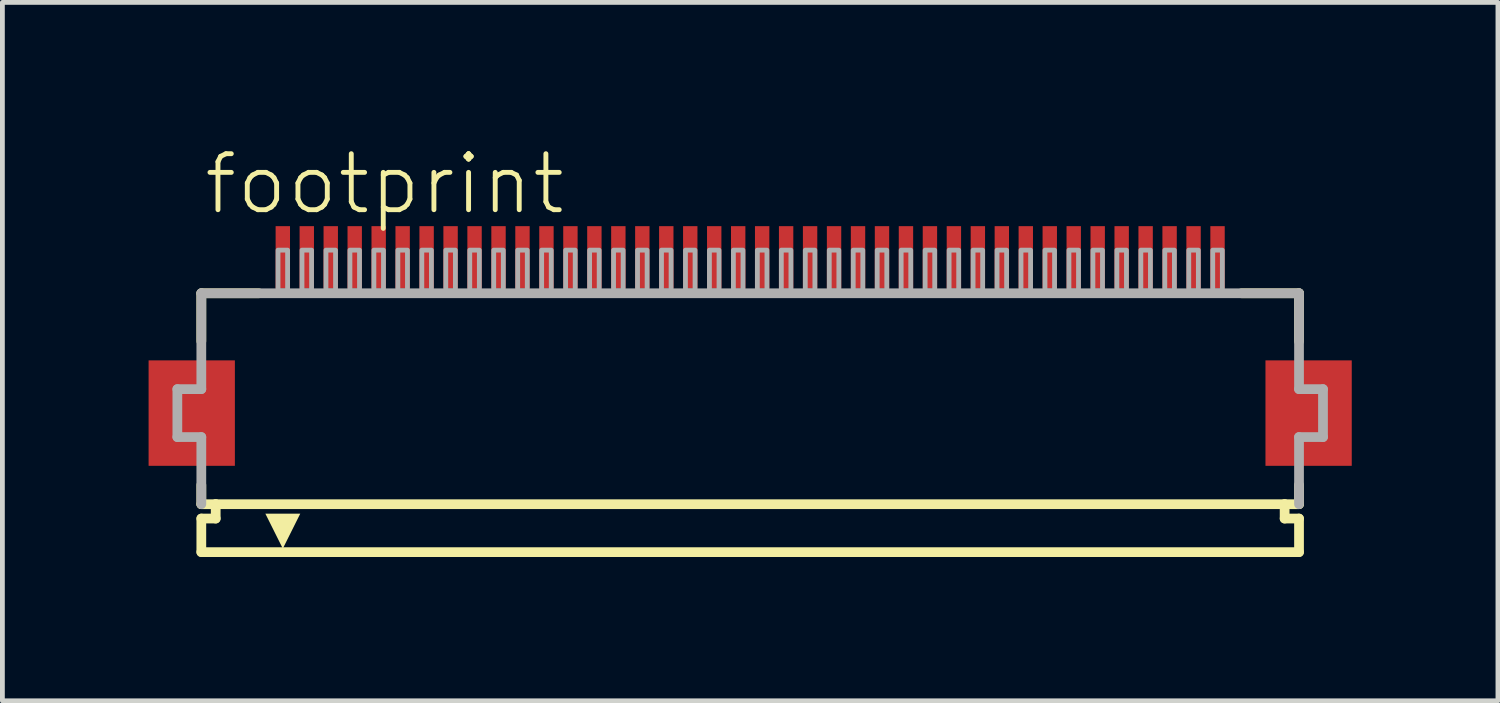
<source format=kicad_pcb>
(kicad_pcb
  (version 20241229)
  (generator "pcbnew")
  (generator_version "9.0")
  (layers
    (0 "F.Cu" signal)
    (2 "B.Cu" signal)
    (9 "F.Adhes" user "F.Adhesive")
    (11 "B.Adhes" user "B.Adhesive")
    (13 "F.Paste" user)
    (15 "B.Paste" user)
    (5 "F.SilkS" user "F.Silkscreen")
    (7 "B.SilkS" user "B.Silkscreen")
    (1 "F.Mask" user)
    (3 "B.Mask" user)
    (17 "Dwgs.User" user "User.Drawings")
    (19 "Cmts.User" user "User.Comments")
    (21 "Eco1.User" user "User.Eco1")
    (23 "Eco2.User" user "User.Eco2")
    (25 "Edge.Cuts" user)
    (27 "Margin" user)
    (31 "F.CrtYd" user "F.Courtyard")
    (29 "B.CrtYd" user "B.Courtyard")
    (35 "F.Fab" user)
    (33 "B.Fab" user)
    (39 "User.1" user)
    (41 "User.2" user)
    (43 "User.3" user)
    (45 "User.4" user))
  (footprint "footprint"
    (layer "F.Cu")
    (at 12.6 5.568)
    (property "Reference" "footprint" (at -11.448 -4.095 0) (layer "F.SilkS") (effects (font (size 1.168 1.168) (thickness 0.102)) (justify left bottom)))
    (fp_poly (pts (xy -10.75 -1.1) (xy -12.55 -1.1) (xy -12.55 1.1) (xy -10.75 1.1)) (stroke (width 0) (type solid)) (fill yes) (layer "F.Cu"))
    (fp_poly (pts (xy 12.55 -1.1) (xy 10.75 -1.1) (xy 10.75 1.1) (xy 12.55 1.1)) (stroke (width 0) (type solid)) (fill yes) (layer "F.Cu"))
    (fp_poly (pts (xy -10.7 -1.175) (xy -12.6 -1.175) (xy -12.6 1.175) (xy -10.7 1.175)) (stroke (width 0) (type solid)) (fill yes) (layer "F.Mask"))
    (fp_poly (pts (xy -9.95 -2.55) (xy -9.55 -2.55) (xy -9.55 -3.95) (xy -9.95 -3.95)) (stroke (width 0) (type solid)) (fill yes) (layer "F.Mask"))
    (fp_poly (pts (xy -9.45 -2.55) (xy -9.05 -2.55) (xy -9.05 -3.95) (xy -9.45 -3.95)) (stroke (width 0) (type solid)) (fill yes) (layer "F.Mask"))
    (fp_poly (pts (xy -8.95 -2.55) (xy -8.55 -2.55) (xy -8.55 -3.95) (xy -8.95 -3.95)) (stroke (width 0) (type solid)) (fill yes) (layer "F.Mask"))
    (fp_poly (pts (xy -8.45 -2.55) (xy -8.05 -2.55) (xy -8.05 -3.95) (xy -8.45 -3.95)) (stroke (width 0) (type solid)) (fill yes) (layer "F.Mask"))
    (fp_poly (pts (xy -7.95 -2.55) (xy -7.55 -2.55) (xy -7.55 -3.95) (xy -7.95 -3.95)) (stroke (width 0) (type solid)) (fill yes) (layer "F.Mask"))
    (fp_poly (pts (xy -7.45 -2.55) (xy -7.05 -2.55) (xy -7.05 -3.95) (xy -7.45 -3.95)) (stroke (width 0) (type solid)) (fill yes) (layer "F.Mask"))
    (fp_poly (pts (xy -6.95 -2.55) (xy -6.55 -2.55) (xy -6.55 -3.95) (xy -6.95 -3.95)) (stroke (width 0) (type solid)) (fill yes) (layer "F.Mask"))
    (fp_poly (pts (xy -6.45 -2.55) (xy -6.05 -2.55) (xy -6.05 -3.95) (xy -6.45 -3.95)) (stroke (width 0) (type solid)) (fill yes) (layer "F.Mask"))
    (fp_poly (pts (xy -5.95 -2.55) (xy -5.55 -2.55) (xy -5.55 -3.95) (xy -5.95 -3.95)) (stroke (width 0) (type solid)) (fill yes) (layer "F.Mask"))
    (fp_poly (pts (xy -5.45 -2.55) (xy -5.05 -2.55) (xy -5.05 -3.95) (xy -5.45 -3.95)) (stroke (width 0) (type solid)) (fill yes) (layer "F.Mask"))
    (fp_poly (pts (xy -4.95 -2.55) (xy -4.55 -2.55) (xy -4.55 -3.95) (xy -4.95 -3.95)) (stroke (width 0) (type solid)) (fill yes) (layer "F.Mask"))
    (fp_poly (pts (xy -4.45 -2.55) (xy -4.05 -2.55) (xy -4.05 -3.95) (xy -4.45 -3.95)) (stroke (width 0) (type solid)) (fill yes) (layer "F.Mask"))
    (fp_poly (pts (xy -3.95 -2.55) (xy -3.55 -2.55) (xy -3.55 -3.95) (xy -3.95 -3.95)) (stroke (width 0) (type solid)) (fill yes) (layer "F.Mask"))
    (fp_poly (pts (xy -3.45 -2.55) (xy -3.05 -2.55) (xy -3.05 -3.95) (xy -3.45 -3.95)) (stroke (width 0) (type solid)) (fill yes) (layer "F.Mask"))
    (fp_poly (pts (xy -2.95 -2.55) (xy -2.55 -2.55) (xy -2.55 -3.95) (xy -2.95 -3.95)) (stroke (width 0) (type solid)) (fill yes) (layer "F.Mask"))
    (fp_poly (pts (xy -2.45 -2.55) (xy -2.05 -2.55) (xy -2.05 -3.95) (xy -2.45 -3.95)) (stroke (width 0) (type solid)) (fill yes) (layer "F.Mask"))
    (fp_poly (pts (xy -1.95 -2.55) (xy -1.55 -2.55) (xy -1.55 -3.95) (xy -1.95 -3.95)) (stroke (width 0) (type solid)) (fill yes) (layer "F.Mask"))
    (fp_poly (pts (xy -1.45 -2.55) (xy -1.05 -2.55) (xy -1.05 -3.95) (xy -1.45 -3.95)) (stroke (width 0) (type solid)) (fill yes) (layer "F.Mask"))
    (fp_poly (pts (xy -0.95 -2.55) (xy -0.55 -2.55) (xy -0.55 -3.95) (xy -0.95 -3.95)) (stroke (width 0) (type solid)) (fill yes) (layer "F.Mask"))
    (fp_poly (pts (xy -0.45 -2.55) (xy -0.05 -2.55) (xy -0.05 -3.95) (xy -0.45 -3.95)) (stroke (width 0) (type solid)) (fill yes) (layer "F.Mask"))
    (fp_poly (pts (xy 0.05 -2.55) (xy 0.45 -2.55) (xy 0.45 -3.95) (xy 0.05 -3.95)) (stroke (width 0) (type solid)) (fill yes) (layer "F.Mask"))
    (fp_poly (pts (xy 0.55 -2.55) (xy 0.95 -2.55) (xy 0.95 -3.95) (xy 0.55 -3.95)) (stroke (width 0) (type solid)) (fill yes) (layer "F.Mask"))
    (fp_poly (pts (xy 1.05 -2.55) (xy 1.45 -2.55) (xy 1.45 -3.95) (xy 1.05 -3.95)) (stroke (width 0) (type solid)) (fill yes) (layer "F.Mask"))
    (fp_poly (pts (xy 1.55 -2.55) (xy 1.95 -2.55) (xy 1.95 -3.95) (xy 1.55 -3.95)) (stroke (width 0) (type solid)) (fill yes) (layer "F.Mask"))
    (fp_poly (pts (xy 2.05 -2.55) (xy 2.45 -2.55) (xy 2.45 -3.95) (xy 2.05 -3.95)) (stroke (width 0) (type solid)) (fill yes) (layer "F.Mask"))
    (fp_poly (pts (xy 2.55 -2.55) (xy 2.95 -2.55) (xy 2.95 -3.95) (xy 2.55 -3.95)) (stroke (width 0) (type solid)) (fill yes) (layer "F.Mask"))
    (fp_poly (pts (xy 3.05 -2.55) (xy 3.45 -2.55) (xy 3.45 -3.95) (xy 3.05 -3.95)) (stroke (width 0) (type solid)) (fill yes) (layer "F.Mask"))
    (fp_poly (pts (xy 3.55 -2.55) (xy 3.95 -2.55) (xy 3.95 -3.95) (xy 3.55 -3.95)) (stroke (width 0) (type solid)) (fill yes) (layer "F.Mask"))
    (fp_poly (pts (xy 4.05 -2.55) (xy 4.45 -2.55) (xy 4.45 -3.95) (xy 4.05 -3.95)) (stroke (width 0) (type solid)) (fill yes) (layer "F.Mask"))
    (fp_poly (pts (xy 4.55 -2.55) (xy 4.95 -2.55) (xy 4.95 -3.95) (xy 4.55 -3.95)) (stroke (width 0) (type solid)) (fill yes) (layer "F.Mask"))
    (fp_poly (pts (xy 5.05 -2.55) (xy 5.45 -2.55) (xy 5.45 -3.95) (xy 5.05 -3.95)) (stroke (width 0) (type solid)) (fill yes) (layer "F.Mask"))
    (fp_poly (pts (xy 5.55 -2.55) (xy 5.95 -2.55) (xy 5.95 -3.95) (xy 5.55 -3.95)) (stroke (width 0) (type solid)) (fill yes) (layer "F.Mask"))
    (fp_poly (pts (xy 6.05 -2.55) (xy 6.45 -2.55) (xy 6.45 -3.95) (xy 6.05 -3.95)) (stroke (width 0) (type solid)) (fill yes) (layer "F.Mask"))
    (fp_poly (pts (xy 6.55 -2.55) (xy 6.95 -2.55) (xy 6.95 -3.95) (xy 6.55 -3.95)) (stroke (width 0) (type solid)) (fill yes) (layer "F.Mask"))
    (fp_poly (pts (xy 7.05 -2.55) (xy 7.45 -2.55) (xy 7.45 -3.95) (xy 7.05 -3.95)) (stroke (width 0) (type solid)) (fill yes) (layer "F.Mask"))
    (fp_poly (pts (xy 7.55 -2.55) (xy 7.95 -2.55) (xy 7.95 -3.95) (xy 7.55 -3.95)) (stroke (width 0) (type solid)) (fill yes) (layer "F.Mask"))
    (fp_poly (pts (xy 8.05 -2.55) (xy 8.45 -2.55) (xy 8.45 -3.95) (xy 8.05 -3.95)) (stroke (width 0) (type solid)) (fill yes) (layer "F.Mask"))
    (fp_poly (pts (xy 8.55 -2.55) (xy 8.95 -2.55) (xy 8.95 -3.95) (xy 8.55 -3.95)) (stroke (width 0) (type solid)) (fill yes) (layer "F.Mask"))
    (fp_poly (pts (xy 9.05 -2.55) (xy 9.45 -2.55) (xy 9.45 -3.95) (xy 9.05 -3.95)) (stroke (width 0) (type solid)) (fill yes) (layer "F.Mask"))
    (fp_poly (pts (xy 9.55 -2.55) (xy 9.95 -2.55) (xy 9.95 -3.95) (xy 9.55 -3.95)) (stroke (width 0) (type solid)) (fill yes) (layer "F.Mask"))
    (fp_poly (pts (xy 12.6 -1.175) (xy 10.7 -1.175) (xy 10.7 1.175) (xy 12.6 1.175)) (stroke (width 0) (type solid)) (fill yes) (layer "F.Mask"))
    (fp_line (start -11.45 -2.5) (end -11.45 -1.5) (stroke (width 0.203) (type solid)) (layer "F.SilkS"))
    (fp_line (start -11.45 1.5) (end -11.45 1.9) (stroke (width 0.203) (type solid)) (layer "F.SilkS"))
    (fp_line (start -11.45 1.9) (end -11.15 1.9) (stroke (width 0.203) (type solid)) (layer "F.SilkS"))
    (fp_line (start -11.45 2.2) (end -11.45 2.9) (stroke (width 0.203) (type solid)) (layer "F.SilkS"))
    (fp_line (start -11.15 1.9) (end -11.15 2.2) (stroke (width 0.203) (type solid)) (layer "F.SilkS"))
    (fp_line (start -11.15 2.2) (end -11.45 2.2) (stroke (width 0.203) (type solid)) (layer "F.SilkS"))
    (fp_line (start -10.25 -2.5) (end -11.45 -2.5) (stroke (width 0.203) (type solid)) (layer "F.SilkS"))
    (fp_line (start 11.15 1.9) (end -11.15 1.9) (stroke (width 0.203) (type solid)) (layer "F.SilkS"))
    (fp_line (start 11.15 1.9) (end 11.45 1.9) (stroke (width 0.203) (type solid)) (layer "F.SilkS"))
    (fp_line (start 11.15 2.2) (end 11.15 1.9) (stroke (width 0.203) (type solid)) (layer "F.SilkS"))
    (fp_line (start 11.45 -2.5) (end 10.25 -2.5) (stroke (width 0.203) (type solid)) (layer "F.SilkS"))
    (fp_line (start 11.45 -1.5) (end 11.45 -2.5) (stroke (width 0.203) (type solid)) (layer "F.SilkS"))
    (fp_line (start 11.45 1.9) (end 11.45 1.5) (stroke (width 0.203) (type solid)) (layer "F.SilkS"))
    (fp_line (start 11.45 2.2) (end 11.15 2.2) (stroke (width 0.203) (type solid)) (layer "F.SilkS"))
    (fp_line (start 11.45 2.9) (end -11.45 2.9) (stroke (width 0.203) (type solid)) (layer "F.SilkS"))
    (fp_line (start 11.45 2.9) (end 11.45 2.2) (stroke (width 0.203) (type solid)) (layer "F.SilkS"))
    (fp_poly (pts (xy -9.75 2.827) (xy -10.114 2.098) (xy -9.386 2.098)) (stroke (width 0) (type solid)) (fill yes) (layer "F.SilkS"))
    (fp_poly (pts (xy -10.825 -1.025) (xy -12.475 -1.025) (xy -12.475 1.025) (xy -10.825 1.025)) (stroke (width 0) (type solid)) (fill yes) (layer "F.Paste"))
    (fp_poly (pts (xy -9.875 -2.625) (xy -9.625 -2.625) (xy -9.625 -3.875) (xy -9.875 -3.875)) (stroke (width 0) (type solid)) (fill yes) (layer "F.Paste"))
    (fp_poly (pts (xy -9.375 -2.625) (xy -9.125 -2.625) (xy -9.125 -3.875) (xy -9.375 -3.875)) (stroke (width 0) (type solid)) (fill yes) (layer "F.Paste"))
    (fp_poly (pts (xy -8.875 -2.625) (xy -8.625 -2.625) (xy -8.625 -3.875) (xy -8.875 -3.875)) (stroke (width 0) (type solid)) (fill yes) (layer "F.Paste"))
    (fp_poly (pts (xy -8.375 -2.625) (xy -8.125 -2.625) (xy -8.125 -3.875) (xy -8.375 -3.875)) (stroke (width 0) (type solid)) (fill yes) (layer "F.Paste"))
    (fp_poly (pts (xy -7.875 -2.625) (xy -7.625 -2.625) (xy -7.625 -3.875) (xy -7.875 -3.875)) (stroke (width 0) (type solid)) (fill yes) (layer "F.Paste"))
    (fp_poly (pts (xy -7.375 -2.625) (xy -7.125 -2.625) (xy -7.125 -3.875) (xy -7.375 -3.875)) (stroke (width 0) (type solid)) (fill yes) (layer "F.Paste"))
    (fp_poly (pts (xy -6.875 -2.625) (xy -6.625 -2.625) (xy -6.625 -3.875) (xy -6.875 -3.875)) (stroke (width 0) (type solid)) (fill yes) (layer "F.Paste"))
    (fp_poly (pts (xy -6.375 -2.625) (xy -6.125 -2.625) (xy -6.125 -3.875) (xy -6.375 -3.875)) (stroke (width 0) (type solid)) (fill yes) (layer "F.Paste"))
    (fp_poly (pts (xy -5.875 -2.625) (xy -5.625 -2.625) (xy -5.625 -3.875) (xy -5.875 -3.875)) (stroke (width 0) (type solid)) (fill yes) (layer "F.Paste"))
    (fp_poly (pts (xy -5.375 -2.625) (xy -5.125 -2.625) (xy -5.125 -3.875) (xy -5.375 -3.875)) (stroke (width 0) (type solid)) (fill yes) (layer "F.Paste"))
    (fp_poly (pts (xy -4.875 -2.625) (xy -4.625 -2.625) (xy -4.625 -3.875) (xy -4.875 -3.875)) (stroke (width 0) (type solid)) (fill yes) (layer "F.Paste"))
    (fp_poly (pts (xy -4.375 -2.625) (xy -4.125 -2.625) (xy -4.125 -3.875) (xy -4.375 -3.875)) (stroke (width 0) (type solid)) (fill yes) (layer "F.Paste"))
    (fp_poly (pts (xy -3.875 -2.625) (xy -3.625 -2.625) (xy -3.625 -3.875) (xy -3.875 -3.875)) (stroke (width 0) (type solid)) (fill yes) (layer "F.Paste"))
    (fp_poly (pts (xy -3.375 -2.625) (xy -3.125 -2.625) (xy -3.125 -3.875) (xy -3.375 -3.875)) (stroke (width 0) (type solid)) (fill yes) (layer "F.Paste"))
    (fp_poly (pts (xy -2.875 -2.625) (xy -2.625 -2.625) (xy -2.625 -3.875) (xy -2.875 -3.875)) (stroke (width 0) (type solid)) (fill yes) (layer "F.Paste"))
    (fp_poly (pts (xy -2.375 -2.625) (xy -2.125 -2.625) (xy -2.125 -3.875) (xy -2.375 -3.875)) (stroke (width 0) (type solid)) (fill yes) (layer "F.Paste"))
    (fp_poly (pts (xy -1.875 -2.625) (xy -1.625 -2.625) (xy -1.625 -3.875) (xy -1.875 -3.875)) (stroke (width 0) (type solid)) (fill yes) (layer "F.Paste"))
    (fp_poly (pts (xy -1.375 -2.625) (xy -1.125 -2.625) (xy -1.125 -3.875) (xy -1.375 -3.875)) (stroke (width 0) (type solid)) (fill yes) (layer "F.Paste"))
    (fp_poly (pts (xy -0.875 -2.625) (xy -0.625 -2.625) (xy -0.625 -3.875) (xy -0.875 -3.875)) (stroke (width 0) (type solid)) (fill yes) (layer "F.Paste"))
    (fp_poly (pts (xy -0.375 -2.625) (xy -0.125 -2.625) (xy -0.125 -3.875) (xy -0.375 -3.875)) (stroke (width 0) (type solid)) (fill yes) (layer "F.Paste"))
    (fp_poly (pts (xy 0.125 -2.625) (xy 0.375 -2.625) (xy 0.375 -3.875) (xy 0.125 -3.875)) (stroke (width 0) (type solid)) (fill yes) (layer "F.Paste"))
    (fp_poly (pts (xy 0.625 -2.625) (xy 0.875 -2.625) (xy 0.875 -3.875) (xy 0.625 -3.875)) (stroke (width 0) (type solid)) (fill yes) (layer "F.Paste"))
    (fp_poly (pts (xy 1.125 -2.625) (xy 1.375 -2.625) (xy 1.375 -3.875) (xy 1.125 -3.875)) (stroke (width 0) (type solid)) (fill yes) (layer "F.Paste"))
    (fp_poly (pts (xy 1.625 -2.625) (xy 1.875 -2.625) (xy 1.875 -3.875) (xy 1.625 -3.875)) (stroke (width 0) (type solid)) (fill yes) (layer "F.Paste"))
    (fp_poly (pts (xy 2.125 -2.625) (xy 2.375 -2.625) (xy 2.375 -3.875) (xy 2.125 -3.875)) (stroke (width 0) (type solid)) (fill yes) (layer "F.Paste"))
    (fp_poly (pts (xy 2.625 -2.625) (xy 2.875 -2.625) (xy 2.875 -3.875) (xy 2.625 -3.875)) (stroke (width 0) (type solid)) (fill yes) (layer "F.Paste"))
    (fp_poly (pts (xy 3.125 -2.625) (xy 3.375 -2.625) (xy 3.375 -3.875) (xy 3.125 -3.875)) (stroke (width 0) (type solid)) (fill yes) (layer "F.Paste"))
    (fp_poly (pts (xy 3.625 -2.625) (xy 3.875 -2.625) (xy 3.875 -3.875) (xy 3.625 -3.875)) (stroke (width 0) (type solid)) (fill yes) (layer "F.Paste"))
    (fp_poly (pts (xy 4.125 -2.625) (xy 4.375 -2.625) (xy 4.375 -3.875) (xy 4.125 -3.875)) (stroke (width 0) (type solid)) (fill yes) (layer "F.Paste"))
    (fp_poly (pts (xy 4.625 -2.625) (xy 4.875 -2.625) (xy 4.875 -3.875) (xy 4.625 -3.875)) (stroke (width 0) (type solid)) (fill yes) (layer "F.Paste"))
    (fp_poly (pts (xy 5.125 -2.625) (xy 5.375 -2.625) (xy 5.375 -3.875) (xy 5.125 -3.875)) (stroke (width 0) (type solid)) (fill yes) (layer "F.Paste"))
    (fp_poly (pts (xy 5.625 -2.625) (xy 5.875 -2.625) (xy 5.875 -3.875) (xy 5.625 -3.875)) (stroke (width 0) (type solid)) (fill yes) (layer "F.Paste"))
    (fp_poly (pts (xy 6.125 -2.625) (xy 6.375 -2.625) (xy 6.375 -3.875) (xy 6.125 -3.875)) (stroke (width 0) (type solid)) (fill yes) (layer "F.Paste"))
    (fp_poly (pts (xy 6.625 -2.625) (xy 6.875 -2.625) (xy 6.875 -3.875) (xy 6.625 -3.875)) (stroke (width 0) (type solid)) (fill yes) (layer "F.Paste"))
    (fp_poly (pts (xy 7.125 -2.625) (xy 7.375 -2.625) (xy 7.375 -3.875) (xy 7.125 -3.875)) (stroke (width 0) (type solid)) (fill yes) (layer "F.Paste"))
    (fp_poly (pts (xy 7.625 -2.625) (xy 7.875 -2.625) (xy 7.875 -3.875) (xy 7.625 -3.875)) (stroke (width 0) (type solid)) (fill yes) (layer "F.Paste"))
    (fp_poly (pts (xy 8.125 -2.625) (xy 8.375 -2.625) (xy 8.375 -3.875) (xy 8.125 -3.875)) (stroke (width 0) (type solid)) (fill yes) (layer "F.Paste"))
    (fp_poly (pts (xy 8.625 -2.625) (xy 8.875 -2.625) (xy 8.875 -3.875) (xy 8.625 -3.875)) (stroke (width 0) (type solid)) (fill yes) (layer "F.Paste"))
    (fp_poly (pts (xy 9.125 -2.625) (xy 9.375 -2.625) (xy 9.375 -3.875) (xy 9.125 -3.875)) (stroke (width 0) (type solid)) (fill yes) (layer "F.Paste"))
    (fp_poly (pts (xy 9.625 -2.625) (xy 9.875 -2.625) (xy 9.875 -3.875) (xy 9.625 -3.875)) (stroke (width 0) (type solid)) (fill yes) (layer "F.Paste"))
    (fp_poly (pts (xy 12.475 -1.025) (xy 10.825 -1.025) (xy 10.825 1.025) (xy 12.475 1.025)) (stroke (width 0) (type solid)) (fill yes) (layer "F.Paste"))
    (fp_line (start -11.95 -0.5) (end -11.95 0.5) (stroke (width 0.203) (type solid)) (layer "F.Fab"))
    (fp_line (start -11.95 0.5) (end -11.45 0.5) (stroke (width 0.203) (type solid)) (layer "F.Fab"))
    (fp_line (start -11.45 -2.5) (end -11.45 -0.5) (stroke (width 0.203) (type solid)) (layer "F.Fab"))
    (fp_line (start -11.45 -0.5) (end -11.95 -0.5) (stroke (width 0.203) (type solid)) (layer "F.Fab"))
    (fp_line (start -11.45 0.5) (end -11.45 1.9) (stroke (width 0.203) (type solid)) (layer "F.Fab"))
    (fp_line (start 11.45 -2.5) (end -11.45 -2.5) (stroke (width 0.203) (type solid)) (layer "F.Fab"))
    (fp_line (start 11.45 -0.5) (end 11.45 -2.5) (stroke (width 0.203) (type solid)) (layer "F.Fab"))
    (fp_line (start 11.45 0.5) (end 11.95 0.5) (stroke (width 0.203) (type solid)) (layer "F.Fab"))
    (fp_line (start 11.45 1.9) (end 11.45 0.5) (stroke (width 0.203) (type solid)) (layer "F.Fab"))
    (fp_line (start 11.95 -0.5) (end 11.45 -0.5) (stroke (width 0.203) (type solid)) (layer "F.Fab"))
    (fp_line (start 11.95 0.5) (end 11.95 -0.5) (stroke (width 0.203) (type solid)) (layer "F.Fab"))
    (fp_poly (pts (xy -9.85 -2.55) (xy -9.65 -2.55) (xy -9.65 -3.4) (xy -9.85 -3.4)) (stroke (width 0.1) (type solid)) (fill no) (layer "F.Fab"))
    (fp_poly (pts (xy -9.35 -2.55) (xy -9.15 -2.55) (xy -9.15 -3.4) (xy -9.35 -3.4)) (stroke (width 0.1) (type solid)) (fill no) (layer "F.Fab"))
    (fp_poly (pts (xy -8.85 -2.55) (xy -8.65 -2.55) (xy -8.65 -3.4) (xy -8.85 -3.4)) (stroke (width 0.1) (type solid)) (fill no) (layer "F.Fab"))
    (fp_poly (pts (xy -8.35 -2.55) (xy -8.15 -2.55) (xy -8.15 -3.4) (xy -8.35 -3.4)) (stroke (width 0.1) (type solid)) (fill no) (layer "F.Fab"))
    (fp_poly (pts (xy -7.85 -2.55) (xy -7.65 -2.55) (xy -7.65 -3.4) (xy -7.85 -3.4)) (stroke (width 0.1) (type solid)) (fill no) (layer "F.Fab"))
    (fp_poly (pts (xy -7.35 -2.55) (xy -7.15 -2.55) (xy -7.15 -3.4) (xy -7.35 -3.4)) (stroke (width 0.1) (type solid)) (fill no) (layer "F.Fab"))
    (fp_poly (pts (xy -6.85 -2.55) (xy -6.65 -2.55) (xy -6.65 -3.4) (xy -6.85 -3.4)) (stroke (width 0.1) (type solid)) (fill no) (layer "F.Fab"))
    (fp_poly (pts (xy -6.35 -2.55) (xy -6.15 -2.55) (xy -6.15 -3.4) (xy -6.35 -3.4)) (stroke (width 0.1) (type solid)) (fill no) (layer "F.Fab"))
    (fp_poly (pts (xy -5.85 -2.55) (xy -5.65 -2.55) (xy -5.65 -3.4) (xy -5.85 -3.4)) (stroke (width 0.1) (type solid)) (fill no) (layer "F.Fab"))
    (fp_poly (pts (xy -5.35 -2.55) (xy -5.15 -2.55) (xy -5.15 -3.4) (xy -5.35 -3.4)) (stroke (width 0.1) (type solid)) (fill no) (layer "F.Fab"))
    (fp_poly (pts (xy -4.85 -2.55) (xy -4.65 -2.55) (xy -4.65 -3.4) (xy -4.85 -3.4)) (stroke (width 0.1) (type solid)) (fill no) (layer "F.Fab"))
    (fp_poly (pts (xy -4.35 -2.55) (xy -4.15 -2.55) (xy -4.15 -3.4) (xy -4.35 -3.4)) (stroke (width 0.1) (type solid)) (fill no) (layer "F.Fab"))
    (fp_poly (pts (xy -3.85 -2.55) (xy -3.65 -2.55) (xy -3.65 -3.4) (xy -3.85 -3.4)) (stroke (width 0.1) (type solid)) (fill no) (layer "F.Fab"))
    (fp_poly (pts (xy -3.35 -2.55) (xy -3.15 -2.55) (xy -3.15 -3.4) (xy -3.35 -3.4)) (stroke (width 0.1) (type solid)) (fill no) (layer "F.Fab"))
    (fp_poly (pts (xy -2.85 -2.55) (xy -2.65 -2.55) (xy -2.65 -3.4) (xy -2.85 -3.4)) (stroke (width 0.1) (type solid)) (fill no) (layer "F.Fab"))
    (fp_poly (pts (xy -2.35 -2.55) (xy -2.15 -2.55) (xy -2.15 -3.4) (xy -2.35 -3.4)) (stroke (width 0.1) (type solid)) (fill no) (layer "F.Fab"))
    (fp_poly (pts (xy -1.85 -2.55) (xy -1.65 -2.55) (xy -1.65 -3.4) (xy -1.85 -3.4)) (stroke (width 0.1) (type solid)) (fill no) (layer "F.Fab"))
    (fp_poly (pts (xy -1.35 -2.55) (xy -1.15 -2.55) (xy -1.15 -3.4) (xy -1.35 -3.4)) (stroke (width 0.1) (type solid)) (fill no) (layer "F.Fab"))
    (fp_poly (pts (xy -0.85 -2.55) (xy -0.65 -2.55) (xy -0.65 -3.4) (xy -0.85 -3.4)) (stroke (width 0.1) (type solid)) (fill no) (layer "F.Fab"))
    (fp_poly (pts (xy -0.35 -2.55) (xy -0.15 -2.55) (xy -0.15 -3.4) (xy -0.35 -3.4)) (stroke (width 0.1) (type solid)) (fill no) (layer "F.Fab"))
    (fp_poly (pts (xy 0.15 -2.55) (xy 0.35 -2.55) (xy 0.35 -3.4) (xy 0.15 -3.4)) (stroke (width 0.1) (type solid)) (fill no) (layer "F.Fab"))
    (fp_poly (pts (xy 0.65 -2.55) (xy 0.85 -2.55) (xy 0.85 -3.4) (xy 0.65 -3.4)) (stroke (width 0.1) (type solid)) (fill no) (layer "F.Fab"))
    (fp_poly (pts (xy 1.15 -2.55) (xy 1.35 -2.55) (xy 1.35 -3.4) (xy 1.15 -3.4)) (stroke (width 0.1) (type solid)) (fill no) (layer "F.Fab"))
    (fp_poly (pts (xy 1.65 -2.55) (xy 1.85 -2.55) (xy 1.85 -3.4) (xy 1.65 -3.4)) (stroke (width 0.1) (type solid)) (fill no) (layer "F.Fab"))
    (fp_poly (pts (xy 2.15 -2.55) (xy 2.35 -2.55) (xy 2.35 -3.4) (xy 2.15 -3.4)) (stroke (width 0.1) (type solid)) (fill no) (layer "F.Fab"))
    (fp_poly (pts (xy 2.65 -2.55) (xy 2.85 -2.55) (xy 2.85 -3.4) (xy 2.65 -3.4)) (stroke (width 0.1) (type solid)) (fill no) (layer "F.Fab"))
    (fp_poly (pts (xy 3.15 -2.55) (xy 3.35 -2.55) (xy 3.35 -3.4) (xy 3.15 -3.4)) (stroke (width 0.1) (type solid)) (fill no) (layer "F.Fab"))
    (fp_poly (pts (xy 3.65 -2.55) (xy 3.85 -2.55) (xy 3.85 -3.4) (xy 3.65 -3.4)) (stroke (width 0.1) (type solid)) (fill no) (layer "F.Fab"))
    (fp_poly (pts (xy 4.15 -2.55) (xy 4.35 -2.55) (xy 4.35 -3.4) (xy 4.15 -3.4)) (stroke (width 0.1) (type solid)) (fill no) (layer "F.Fab"))
    (fp_poly (pts (xy 4.65 -2.55) (xy 4.85 -2.55) (xy 4.85 -3.4) (xy 4.65 -3.4)) (stroke (width 0.1) (type solid)) (fill no) (layer "F.Fab"))
    (fp_poly (pts (xy 5.15 -2.55) (xy 5.35 -2.55) (xy 5.35 -3.4) (xy 5.15 -3.4)) (stroke (width 0.1) (type solid)) (fill no) (layer "F.Fab"))
    (fp_poly (pts (xy 5.65 -2.55) (xy 5.85 -2.55) (xy 5.85 -3.4) (xy 5.65 -3.4)) (stroke (width 0.1) (type solid)) (fill no) (layer "F.Fab"))
    (fp_poly (pts (xy 6.15 -2.55) (xy 6.35 -2.55) (xy 6.35 -3.4) (xy 6.15 -3.4)) (stroke (width 0.1) (type solid)) (fill no) (layer "F.Fab"))
    (fp_poly (pts (xy 6.65 -2.55) (xy 6.85 -2.55) (xy 6.85 -3.4) (xy 6.65 -3.4)) (stroke (width 0.1) (type solid)) (fill no) (layer "F.Fab"))
    (fp_poly (pts (xy 7.15 -2.55) (xy 7.35 -2.55) (xy 7.35 -3.4) (xy 7.15 -3.4)) (stroke (width 0.1) (type solid)) (fill no) (layer "F.Fab"))
    (fp_poly (pts (xy 7.65 -2.55) (xy 7.85 -2.55) (xy 7.85 -3.4) (xy 7.65 -3.4)) (stroke (width 0.1) (type solid)) (fill no) (layer "F.Fab"))
    (fp_poly (pts (xy 8.15 -2.55) (xy 8.35 -2.55) (xy 8.35 -3.4) (xy 8.15 -3.4)) (stroke (width 0.1) (type solid)) (fill no) (layer "F.Fab"))
    (fp_poly (pts (xy 8.65 -2.55) (xy 8.85 -2.55) (xy 8.85 -3.4) (xy 8.65 -3.4)) (stroke (width 0.1) (type solid)) (fill no) (layer "F.Fab"))
    (fp_poly (pts (xy 9.15 -2.55) (xy 9.35 -2.55) (xy 9.35 -3.4) (xy 9.15 -3.4)) (stroke (width 0.1) (type solid)) (fill no) (layer "F.Fab"))
    (fp_poly (pts (xy 9.65 -2.55) (xy 9.85 -2.55) (xy 9.85 -3.4) (xy 9.65 -3.4)) (stroke (width 0.1) (type solid)) (fill no) (layer "F.Fab"))
    (pad "1" smd rect (at -9.75 -3.25) (size 0.3 1.3) (layers "F.Cu"))
    (pad "2" smd rect (at -9.25 -3.25) (size 0.3 1.3) (layers "F.Cu"))
    (pad "3" smd rect (at -8.75 -3.25) (size 0.3 1.3) (layers "F.Cu"))
    (pad "4" smd rect (at -8.25 -3.25) (size 0.3 1.3) (layers "F.Cu"))
    (pad "5" smd rect (at -7.75 -3.25) (size 0.3 1.3) (layers "F.Cu"))
    (pad "6" smd rect (at -7.25 -3.25) (size 0.3 1.3) (layers "F.Cu"))
    (pad "7" smd rect (at -6.75 -3.25) (size 0.3 1.3) (layers "F.Cu"))
    (pad "8" smd rect (at -6.25 -3.25) (size 0.3 1.3) (layers "F.Cu"))
    (pad "9" smd rect (at -5.75 -3.25) (size 0.3 1.3) (layers "F.Cu"))
    (pad "10" smd rect (at -5.25 -3.25) (size 0.3 1.3) (layers "F.Cu"))
    (pad "11" smd rect (at -4.75 -3.25) (size 0.3 1.3) (layers "F.Cu"))
    (pad "12" smd rect (at -4.25 -3.25) (size 0.3 1.3) (layers "F.Cu"))
    (pad "13" smd rect (at -3.75 -3.25) (size 0.3 1.3) (layers "F.Cu"))
    (pad "14" smd rect (at -3.25 -3.25) (size 0.3 1.3) (layers "F.Cu"))
    (pad "15" smd rect (at -2.75 -3.25) (size 0.3 1.3) (layers "F.Cu"))
    (pad "16" smd rect (at -2.25 -3.25) (size 0.3 1.3) (layers "F.Cu"))
    (pad "17" smd rect (at -1.75 -3.25) (size 0.3 1.3) (layers "F.Cu"))
    (pad "18" smd rect (at -1.25 -3.25) (size 0.3 1.3) (layers "F.Cu"))
    (pad "19" smd rect (at -0.75 -3.25) (size 0.3 1.3) (layers "F.Cu"))
    (pad "20" smd rect (at -0.25 -3.25) (size 0.3 1.3) (layers "F.Cu"))
    (pad "21" smd rect (at 0.25 -3.25) (size 0.3 1.3) (layers "F.Cu"))
    (pad "22" smd rect (at 0.75 -3.25) (size 0.3 1.3) (layers "F.Cu"))
    (pad "23" smd rect (at 1.25 -3.25) (size 0.3 1.3) (layers "F.Cu"))
    (pad "24" smd rect (at 1.75 -3.25) (size 0.3 1.3) (layers "F.Cu"))
    (pad "25" smd rect (at 2.25 -3.25) (size 0.3 1.3) (layers "F.Cu"))
    (pad "26" smd rect (at 2.75 -3.25) (size 0.3 1.3) (layers "F.Cu"))
    (pad "27" smd rect (at 3.25 -3.25) (size 0.3 1.3) (layers "F.Cu"))
    (pad "28" smd rect (at 3.75 -3.25) (size 0.3 1.3) (layers "F.Cu"))
    (pad "29" smd rect (at 4.25 -3.25) (size 0.3 1.3) (layers "F.Cu"))
    (pad "30" smd rect (at 4.75 -3.25) (size 0.3 1.3) (layers "F.Cu"))
    (pad "31" smd rect (at 5.25 -3.25) (size 0.3 1.3) (layers "F.Cu"))
    (pad "32" smd rect (at 5.75 -3.25) (size 0.3 1.3) (layers "F.Cu"))
    (pad "33" smd rect (at 6.25 -3.25) (size 0.3 1.3) (layers "F.Cu"))
    (pad "34" smd rect (at 6.75 -3.25) (size 0.3 1.3) (layers "F.Cu"))
    (pad "35" smd rect (at 7.25 -3.25) (size 0.3 1.3) (layers "F.Cu"))
    (pad "36" smd rect (at 7.75 -3.25) (size 0.3 1.3) (layers "F.Cu"))
    (pad "37" smd rect (at 8.25 -3.25) (size 0.3 1.3) (layers "F.Cu"))
    (pad "38" smd rect (at 8.75 -3.25) (size 0.3 1.3) (layers "F.Cu"))
    (pad "39" smd rect (at 9.25 -3.25) (size 0.3 1.3) (layers "F.Cu"))
    (pad "40" smd rect (at 9.75 -3.25) (size 0.3 1.3) (layers "F.Cu")))
  (gr_rect
    (start -3 -3)
    (end 28.2 11.57)
    (stroke (width 0.1) (type default))
    (fill no)
    (layer "Edge.Cuts")))
</source>
